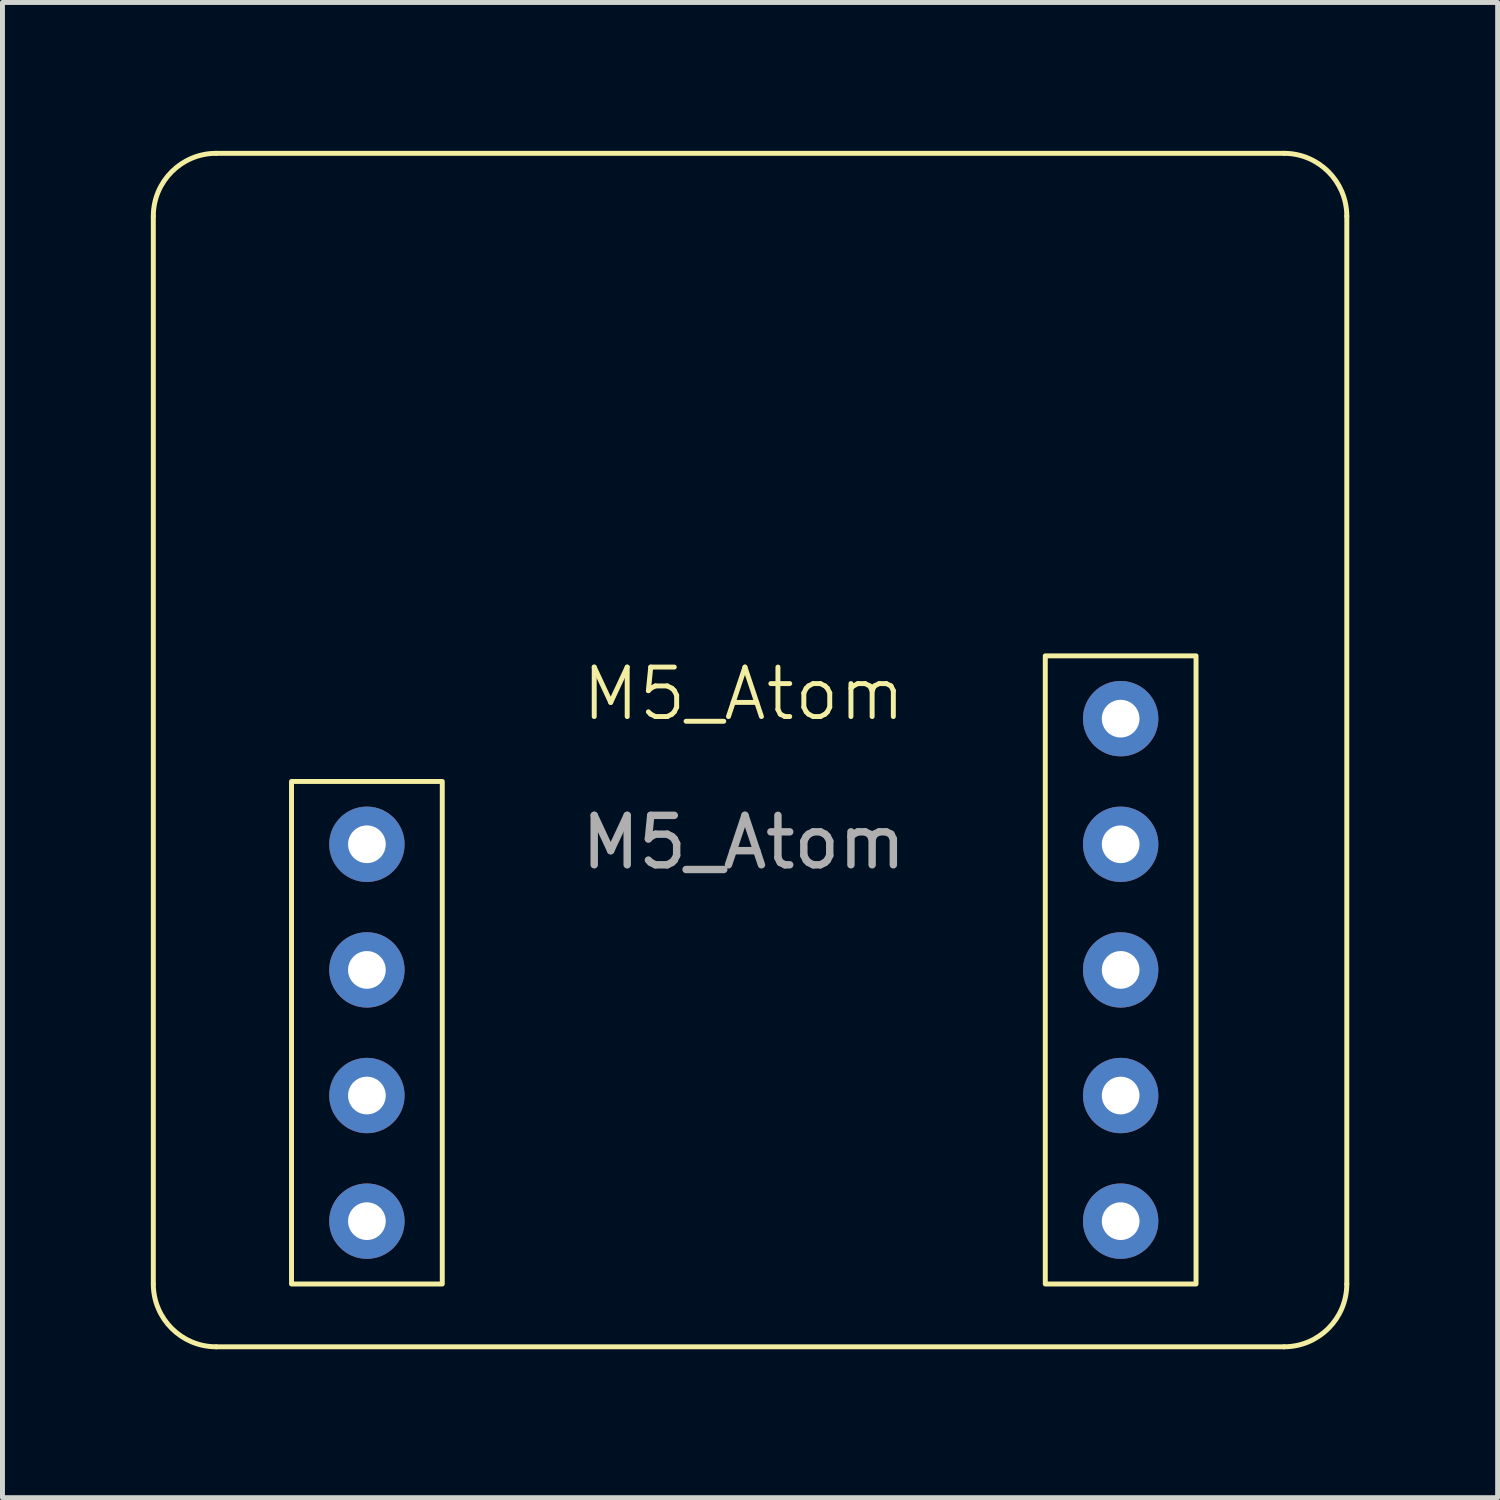
<source format=kicad_pcb>
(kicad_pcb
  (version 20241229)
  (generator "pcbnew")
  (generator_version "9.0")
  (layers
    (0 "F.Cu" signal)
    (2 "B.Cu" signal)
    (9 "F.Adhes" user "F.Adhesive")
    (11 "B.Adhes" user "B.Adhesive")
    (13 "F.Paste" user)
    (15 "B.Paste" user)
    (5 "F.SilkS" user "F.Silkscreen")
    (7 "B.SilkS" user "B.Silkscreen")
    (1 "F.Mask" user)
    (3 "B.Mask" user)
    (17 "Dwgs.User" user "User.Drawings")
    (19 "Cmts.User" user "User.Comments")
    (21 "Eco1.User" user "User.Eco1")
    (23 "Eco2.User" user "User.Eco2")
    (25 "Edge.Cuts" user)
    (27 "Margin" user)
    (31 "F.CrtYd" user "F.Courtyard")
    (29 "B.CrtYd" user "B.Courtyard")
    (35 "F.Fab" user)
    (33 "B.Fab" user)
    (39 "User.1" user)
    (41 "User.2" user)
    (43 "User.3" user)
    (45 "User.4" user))
  (footprint "M5_Atom"
    (layer "F.Cu")
    (at 11.988 11.48)
    (property "Reference" "M5_Atom" (at 0 -0.5 0) (unlocked yes) (layer "F.SilkS") (effects (font (size 1 1) (thickness 0.1))))
    (attr through_hole)
    (fp_line (start -11.938 11.43) (end -11.938 -10.16) (stroke (width 0.1) (type default)) (layer "F.SilkS"))
    (fp_line (start -10.668 -11.43) (end 10.922 -11.43) (stroke (width 0.1) (type default)) (layer "F.SilkS"))
    (fp_line (start 10.922 12.7) (end -10.668 12.7) (stroke (width 0.1) (type default)) (layer "F.SilkS"))
    (fp_line (start 12.192 -10.16) (end 12.192 11.43) (stroke (width 0.1) (type default)) (layer "F.SilkS"))
    (fp_rect (start -9.144 1.27) (end -6.096 11.43) (stroke (width 0.1) (type default)) (fill no) (layer "F.SilkS"))
    (fp_rect (start 6.096 -1.27) (end 9.144 11.43) (stroke (width 0.1) (type default)) (fill no) (layer "F.SilkS"))
    (fp_arc (start -11.938 -10.16) (mid -11.566026 -11.058026) (end -10.668 -11.43) (stroke (width 0.1) (type default)) (layer "F.SilkS"))
    (fp_arc (start -10.668 12.7) (mid -11.566026 12.328026) (end -11.938 11.43) (stroke (width 0.1) (type default)) (layer "F.SilkS"))
    (fp_arc (start 10.922 -11.43) (mid 11.820026 -11.058026) (end 12.192 -10.16) (stroke (width 0.1) (type default)) (layer "F.SilkS"))
    (fp_arc (start 12.192 11.43) (mid 11.820026 12.328026) (end 10.922 12.7) (stroke (width 0.1) (type default)) (layer "F.SilkS"))
    (fp_text user "${REFERENCE}" (at 0 2.5 0) (unlocked yes) (layer "F.Fab") (effects (font (size 1 1) (thickness 0.15))))
    (pad "1" thru_hole circle (at 7.62 0) (size 1.524 1.524) (drill 0.762) (layers "*.Cu" "*.Mask"))
    (pad "2" thru_hole circle (at 7.62 2.54) (size 1.524 1.524) (drill 0.762) (layers "*.Cu" "*.Mask"))
    (pad "3" thru_hole circle (at 7.62 5.08) (size 1.524 1.524) (drill 0.762) (layers "*.Cu" "*.Mask"))
    (pad "4" thru_hole circle (at 7.62 7.62) (size 1.524 1.524) (drill 0.762) (layers "*.Cu" "*.Mask"))
    (pad "5" thru_hole circle (at 7.62 10.16) (size 1.524 1.524) (drill 0.762) (layers "*.Cu" "*.Mask"))
    (pad "6" thru_hole circle (at -7.62 2.54) (size 1.524 1.524) (drill 0.762) (layers "*.Cu" "*.Mask"))
    (pad "7" thru_hole circle (at -7.62 5.08) (size 1.524 1.524) (drill 0.762) (layers "*.Cu" "*.Mask"))
    (pad "8" thru_hole circle (at -7.62 7.62) (size 1.524 1.524) (drill 0.762) (layers "*.Cu" "*.Mask"))
    (pad "9" thru_hole circle (at -7.62 10.16) (size 1.524 1.524) (drill 0.762) (layers "*.Cu" "*.Mask")))
  (gr_rect
    (start -3 -3)
    (end 27.23 27.23)
    (stroke (width 0.1) (type default))
    (fill no)
    (layer "Edge.Cuts")))
</source>
